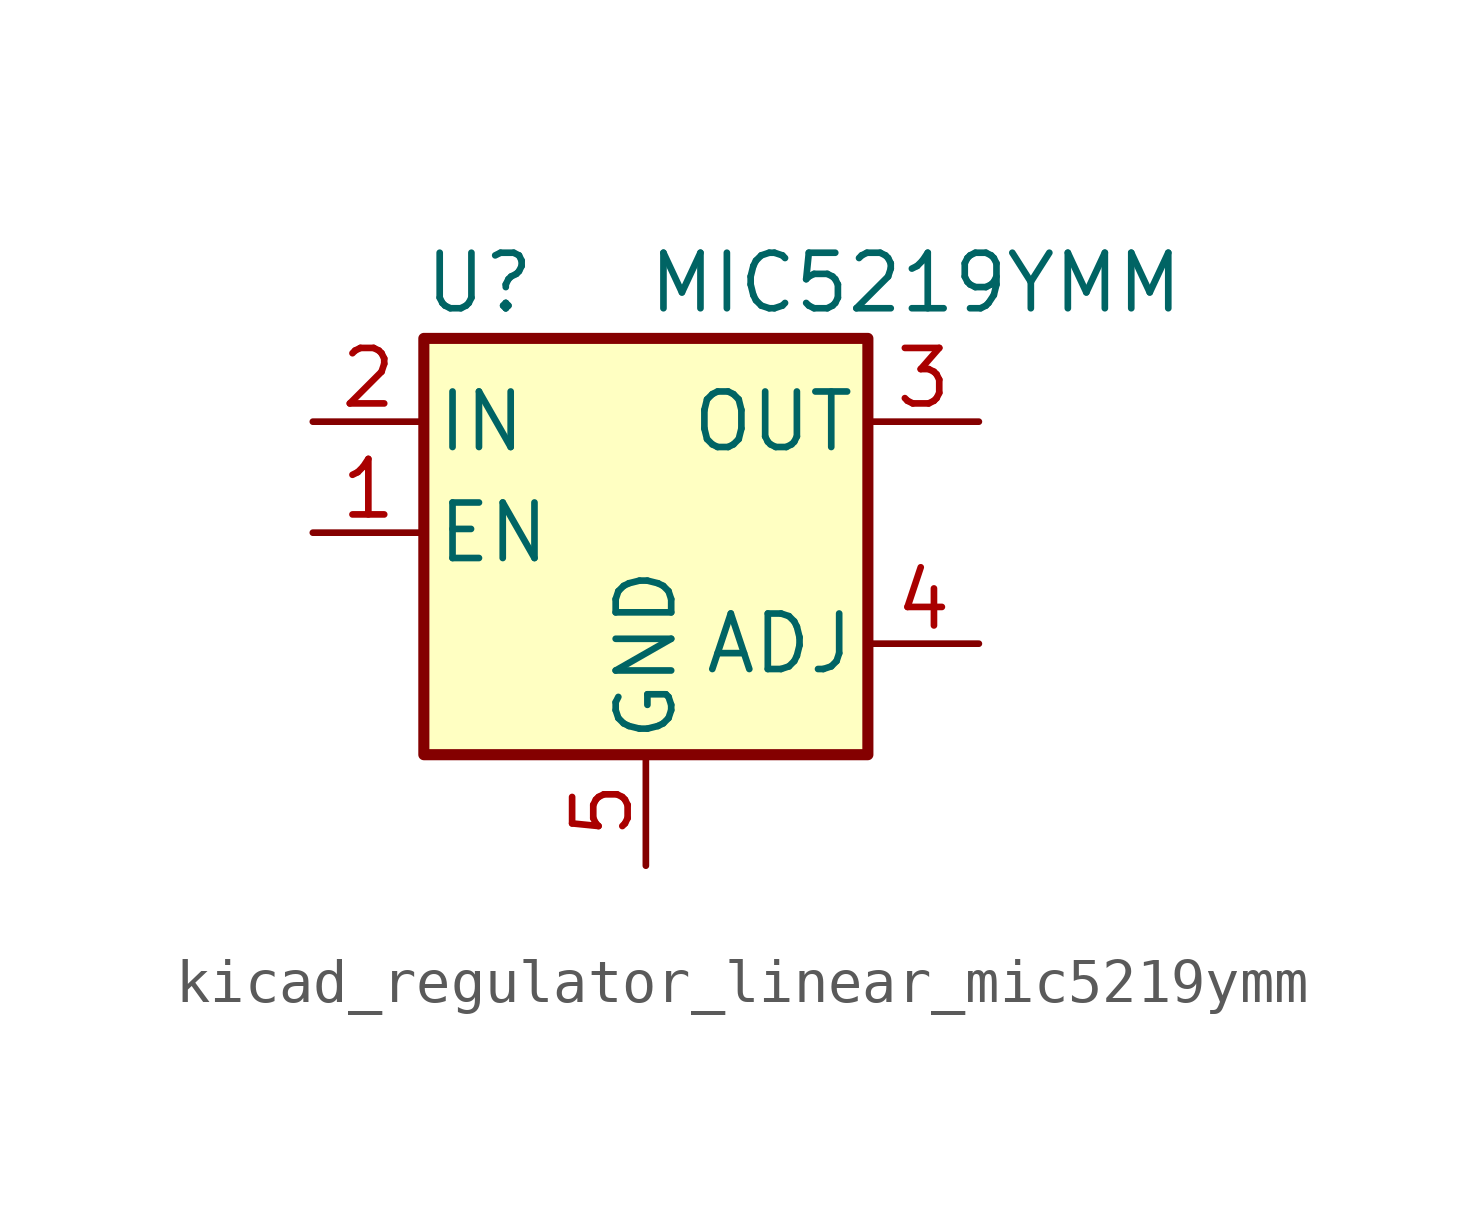
<source format=kicad_sym>
(kicad_symbol_lib
  (version 20220914)
  (generator kicad_symbol_editor)
  (symbol "kicad_regulator_linear_mic5219ymm"
    (pin_names
      (offset 0.254))
    (property "Reference" "U"
      (at -3.81 5.715 0)
      (effects (font (size 1.27 1.27))))
    (property "Value" "MIC5219YMM"
      (at 0 5.715 0)
      (effects (font (size 1.27 1.27)) (justify left)))
    (symbol "kicad_regulator_linear_mic5219ymm_0_1"
      (rectangle (start -5.08 4.445) (end 5.08 -5.08) (stroke (width 0.254) (type default)) (fill (type background))))
    (symbol "kicad_regulator_linear_mic5219ymm_1_1"
      (pin input line (at -7.62 0 0) (length 2.54) (name "EN" (effects (font (size 1.27 1.27)))) (number "1" (effects (font (size 1.27 1.27)))))
      (pin power_in line (at -7.62 2.54 0) (length 2.54) (name "IN" (effects (font (size 1.27 1.27)))) (number "2" (effects (font (size 1.27 1.27)))))
      (pin power_out line (at 7.62 2.54 180) (length 2.54) (name "OUT" (effects (font (size 1.27 1.27)))) (number "3" (effects (font (size 1.27 1.27)))))
      (pin input line (at 7.62 -2.54 180) (length 2.54) (name "ADJ" (effects (font (size 1.27 1.27)))) (number "4" (effects (font (size 1.27 1.27)))))
      (pin power_in line (at 0 -7.62 90) (length 2.54) (name "GND" (effects (font (size 1.27 1.27)))) (number "5" (effects (font (size 1.27 1.27)))))
      (pin passive line (at 0 -7.62 90) (length 2.54) hide (name "GND" (effects (font (size 1.27 1.27)))) (number "6" (effects (font (size 1.27 1.27)))))
      (pin passive line (at 0 -7.62 90) (length 2.54) hide (name "GND" (effects (font (size 1.27 1.27)))) (number "7" (effects (font (size 1.27 1.27)))))
      (pin passive line (at 0 -7.62 90) (length 2.54) hide (name "GND" (effects (font (size 1.27 1.27)))) (number "8" (effects (font (size 1.27 1.27))))))))
</source>
